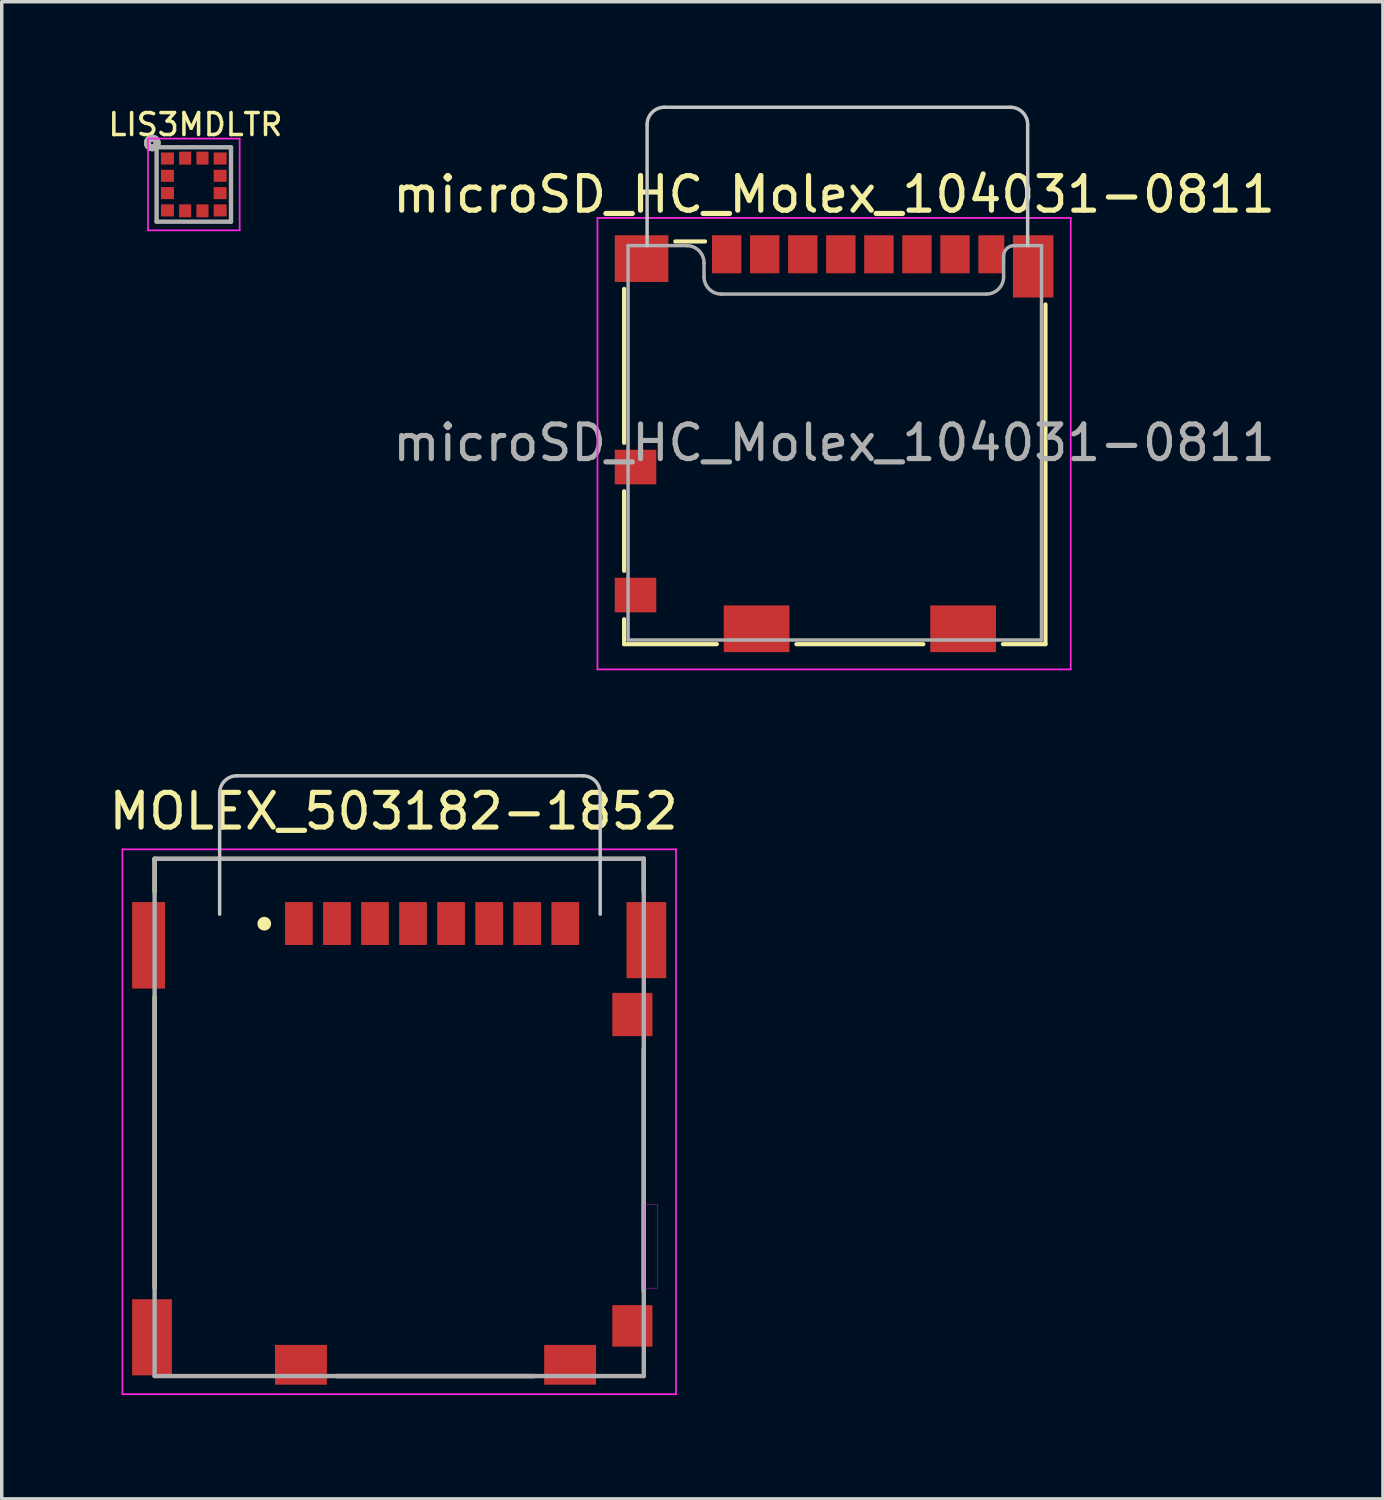
<source format=kicad_pcb>
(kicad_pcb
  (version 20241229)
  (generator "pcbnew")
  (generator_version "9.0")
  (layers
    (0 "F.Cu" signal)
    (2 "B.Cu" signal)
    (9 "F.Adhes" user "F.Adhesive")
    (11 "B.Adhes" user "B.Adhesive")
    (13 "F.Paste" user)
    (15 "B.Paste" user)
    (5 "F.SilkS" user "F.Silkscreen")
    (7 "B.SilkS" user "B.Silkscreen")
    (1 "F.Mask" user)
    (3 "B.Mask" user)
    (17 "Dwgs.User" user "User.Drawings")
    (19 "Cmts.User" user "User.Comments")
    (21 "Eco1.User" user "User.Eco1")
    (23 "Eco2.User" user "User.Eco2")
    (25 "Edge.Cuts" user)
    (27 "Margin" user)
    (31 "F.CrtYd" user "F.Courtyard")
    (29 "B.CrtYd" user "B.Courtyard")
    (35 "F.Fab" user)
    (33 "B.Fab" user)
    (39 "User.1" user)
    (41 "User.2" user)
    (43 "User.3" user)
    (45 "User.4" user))
  (footprint "LIS3MDLTR"
    (layer "F.Cu")
    (at 2.552 2.282)
    (property "Reference" "LIS3MDLTR" (at 0.047 -1.732 0) (layer "F.SilkS") (effects (font (size 0.635 0.635) (thickness 0.102))))
    (attr through_hole)
    (fp_poly (pts (xy -1 -0.975) (xy -0.525 -0.975) (xy -0.525 -0.525) (xy -1 -0.525)) (stroke (width 0.01) (type solid)) (fill yes) (layer "F.Mask"))
    (fp_poly (pts (xy -1 -0.475) (xy -0.525 -0.475) (xy -0.525 -0.025) (xy -1 -0.025)) (stroke (width 0.01) (type solid)) (fill yes) (layer "F.Mask"))
    (fp_poly (pts (xy -1 0.025) (xy -0.525 0.025) (xy -0.525 0.475) (xy -1 0.475)) (stroke (width 0.01) (type solid)) (fill yes) (layer "F.Mask"))
    (fp_poly (pts (xy -1 0.525) (xy -0.525 0.525) (xy -0.525 0.975) (xy -1 0.975)) (stroke (width 0.01) (type solid)) (fill yes) (layer "F.Mask"))
    (fp_poly (pts (xy -0.475 -1) (xy -0.025 -1) (xy -0.025 -0.525) (xy -0.475 -0.525)) (stroke (width 0.01) (type solid)) (fill yes) (layer "F.Mask"))
    (fp_poly (pts (xy -0.475 0.525) (xy -0.025 0.525) (xy -0.025 1) (xy -0.475 1)) (stroke (width 0.01) (type solid)) (fill yes) (layer "F.Mask"))
    (fp_poly (pts (xy 0.025 -1) (xy 0.475 -1) (xy 0.475 -0.525) (xy 0.025 -0.525)) (stroke (width 0.01) (type solid)) (fill yes) (layer "F.Mask"))
    (fp_poly (pts (xy 0.025 0.525) (xy 0.475 0.525) (xy 0.475 1) (xy 0.025 1)) (stroke (width 0.01) (type solid)) (fill yes) (layer "F.Mask"))
    (fp_poly (pts (xy 0.525 -0.975) (xy 1 -0.975) (xy 1 -0.525) (xy 0.525 -0.525)) (stroke (width 0.01) (type solid)) (fill yes) (layer "F.Mask"))
    (fp_poly (pts (xy 0.525 -0.475) (xy 1 -0.475) (xy 1 -0.025) (xy 0.525 -0.025)) (stroke (width 0.01) (type solid)) (fill yes) (layer "F.Mask"))
    (fp_poly (pts (xy 0.525 0.025) (xy 1 0.025) (xy 1 0.475) (xy 0.525 0.475)) (stroke (width 0.01) (type solid)) (fill yes) (layer "F.Mask"))
    (fp_poly (pts (xy 0.525 0.525) (xy 1 0.525) (xy 1 0.975) (xy 0.525 0.975)) (stroke (width 0.01) (type solid)) (fill yes) (layer "F.Mask"))
    (fp_circle (center -1.2 -1.2) (end -1.24 -1.2) (stroke (width 0.2) (type solid)) (fill no) (layer "F.SilkS"))
    (fp_line (start -1.325 -1.325) (end -1.325 1.325) (stroke (width 0.05) (type solid)) (layer "F.CrtYd"))
    (fp_line (start -1.325 1.325) (end 1.325 1.325) (stroke (width 0.05) (type solid)) (layer "F.CrtYd"))
    (fp_line (start 1.325 -1.325) (end -1.325 -1.325) (stroke (width 0.05) (type solid)) (layer "F.CrtYd"))
    (fp_line (start 1.325 1.325) (end 1.325 -1.325) (stroke (width 0.05) (type solid)) (layer "F.CrtYd"))
    (fp_line (start -1.075 -1.075) (end -1.075 1.075) (stroke (width 0.127) (type solid)) (layer "F.Fab"))
    (fp_line (start -1.075 1.075) (end 1.075 1.075) (stroke (width 0.127) (type solid)) (layer "F.Fab"))
    (fp_line (start 1.075 -1.075) (end -1.075 -1.075) (stroke (width 0.127) (type solid)) (layer "F.Fab"))
    (fp_line (start 1.075 1.075) (end 1.075 -1.075) (stroke (width 0.127) (type solid)) (layer "F.Fab"))
    (fp_circle (center -1.2 -1.2) (end -1.24 -1.2) (stroke (width 0.2) (type solid)) (fill no) (layer "F.Fab"))
    (pad "1" smd rect (at -0.762 -0.75) (size 0.375 0.35) (layers "F.Cu" "F.Paste"))
    (pad "2" smd rect (at -0.762 -0.25) (size 0.375 0.35) (layers "F.Cu" "F.Paste"))
    (pad "3" smd rect (at -0.762 0.25) (size 0.375 0.35) (layers "F.Cu" "F.Paste"))
    (pad "4" smd rect (at -0.762 0.75) (size 0.375 0.35) (layers "F.Cu" "F.Paste"))
    (pad "5" smd rect (at -0.25 0.762 90) (size 0.375 0.35) (layers "F.Cu" "F.Paste"))
    (pad "6" smd rect (at 0.25 0.762 90) (size 0.375 0.35) (layers "F.Cu" "F.Paste"))
    (pad "7" smd rect (at 0.762 0.75 180) (size 0.375 0.35) (layers "F.Cu" "F.Paste"))
    (pad "8" smd rect (at 0.762 0.25 180) (size 0.375 0.35) (layers "F.Cu" "F.Paste"))
    (pad "9" smd rect (at 0.762 -0.25 180) (size 0.375 0.35) (layers "F.Cu" "F.Paste"))
    (pad "10" smd rect (at 0.762 -0.75 180) (size 0.375 0.35) (layers "F.Cu" "F.Paste"))
    (pad "11" smd rect (at 0.25 -0.762 270) (size 0.375 0.35) (layers "F.Cu" "F.Paste"))
    (pad "12" smd rect (at -0.25 -0.762 270) (size 0.375 0.35) (layers "F.Cu" "F.Paste")))
  (footprint "microSD_HC_Molex_104031-0811"
    (layer "F.Cu")
    (at 21.06 9.75)
    (property "Reference" "microSD_HC_Molex_104031-0811" (at 0 -7.18 0) (layer "F.SilkS") (effects (font (size 1 1) (thickness 0.15))))
    (attr smd)
    (fp_line (start -6.07 -4.45) (end -6.07 0) (stroke (width 0.12) (type solid)) (layer "F.SilkS"))
    (fp_line (start -6.07 1.4) (end -6.07 3.7) (stroke (width 0.12) (type solid)) (layer "F.SilkS"))
    (fp_line (start -6.07 5.1) (end -6.07 5.82) (stroke (width 0.12) (type solid)) (layer "F.SilkS"))
    (fp_line (start -6.07 5.82) (end -3.39 5.82) (stroke (width 0.12) (type solid)) (layer "F.SilkS"))
    (fp_line (start -4.59 -5.82) (end -3.73 -5.82) (stroke (width 0.12) (type solid)) (layer "F.SilkS"))
    (fp_line (start -1.09 5.82) (end 2.58 5.82) (stroke (width 0.12) (type solid)) (layer "F.SilkS"))
    (fp_line (start 4.88 5.82) (end 6.11 5.82) (stroke (width 0.12) (type solid)) (layer "F.SilkS"))
    (fp_line (start 6.11 5.82) (end 6.11 -4) (stroke (width 0.12) (type solid)) (layer "F.SilkS"))
    (fp_line (start -5.405 -9.2) (end -5.405 -5.7) (stroke (width 0.1) (type solid)) (layer "Dwgs.User"))
    (fp_line (start -4.905 -9.7) (end 5.095 -9.7) (stroke (width 0.1) (type solid)) (layer "Dwgs.User"))
    (fp_line (start 5.595 -5.7) (end 5.595 -9.2) (stroke (width 0.1) (type solid)) (layer "Dwgs.User"))
    (fp_arc (start -5.405 -9.2) (mid -5.258553 -9.553553) (end -4.905 -9.7) (stroke (width 0.1) (type solid)) (layer "Dwgs.User"))
    (fp_arc (start 5.095 -9.7) (mid 5.448553 -9.553553) (end 5.595 -9.2) (stroke (width 0.1) (type solid)) (layer "Dwgs.User"))
    (fp_line (start -6.84 -6.5) (end 6.84 -6.5) (stroke (width 0.05) (type solid)) (layer "F.CrtYd"))
    (fp_line (start -6.84 6.55) (end -6.84 -6.5) (stroke (width 0.05) (type solid)) (layer "F.CrtYd"))
    (fp_line (start 6.84 -6.5) (end 6.84 6.55) (stroke (width 0.05) (type solid)) (layer "F.CrtYd"))
    (fp_line (start 6.84 6.55) (end -6.84 6.55) (stroke (width 0.05) (type solid)) (layer "F.CrtYd"))
    (fp_line (start -5.955 -5.7) (end -5.955 5.7) (stroke (width 0.1) (type solid)) (layer "F.Fab"))
    (fp_line (start -5.955 -5.7) (end -4.26 -5.7) (stroke (width 0.1) (type solid)) (layer "F.Fab"))
    (fp_line (start -3.76 -4.8) (end -3.76 -5.2) (stroke (width 0.1) (type solid)) (layer "F.Fab"))
    (fp_line (start 4.4 -4.3) (end -3.26 -4.3) (stroke (width 0.1) (type solid)) (layer "F.Fab"))
    (fp_line (start 4.9 -5.4) (end 4.9 -4.8) (stroke (width 0.1) (type solid)) (layer "F.Fab"))
    (fp_line (start 5.995 -5.7) (end 5.21 -5.7) (stroke (width 0.1) (type solid)) (layer "F.Fab"))
    (fp_line (start 5.995 5.7) (end -5.955 5.7) (stroke (width 0.1) (type solid)) (layer "F.Fab"))
    (fp_line (start 5.995 5.7) (end 5.995 -5.7) (stroke (width 0.1) (type solid)) (layer "F.Fab"))
    (fp_arc (start -4.26 -5.7) (mid -3.906447 -5.553553) (end -3.76 -5.2) (stroke (width 0.1) (type solid)) (layer "F.Fab"))
    (fp_arc (start -3.26 -4.3) (mid -3.613553 -4.446447) (end -3.76 -4.8) (stroke (width 0.1) (type solid)) (layer "F.Fab"))
    (fp_arc (start 4.9 -5.4) (mid 4.987868 -5.612132) (end 5.2 -5.7) (stroke (width 0.1) (type solid)) (layer "F.Fab"))
    (fp_arc (start 4.9 -4.8) (mid 4.753553 -4.446447) (end 4.4 -4.3) (stroke (width 0.1) (type solid)) (layer "F.Fab"))
    (fp_text user "${REFERENCE}" (at 0 0 0) (layer "F.Fab") (effects (font (size 1 1) (thickness 0.15))))
    (pad "1" smd rect (at -3.105 -5.45) (size 0.85 1.1) (layers "F.Cu" "F.Mask" "F.Paste"))
    (pad "2" smd rect (at -2.005 -5.45) (size 0.85 1.1) (layers "F.Cu" "F.Mask" "F.Paste"))
    (pad "3" smd rect (at -0.905 -5.45) (size 0.85 1.1) (layers "F.Cu" "F.Mask" "F.Paste"))
    (pad "4" smd rect (at 0.195 -5.45) (size 0.85 1.1) (layers "F.Cu" "F.Mask" "F.Paste"))
    (pad "5" smd rect (at 1.295 -5.45) (size 0.85 1.1) (layers "F.Cu" "F.Mask" "F.Paste"))
    (pad "6" smd rect (at 2.395 -5.45) (size 0.85 1.1) (layers "F.Cu" "F.Mask" "F.Paste"))
    (pad "7" smd rect (at 3.495 -5.45) (size 0.85 1.1) (layers "F.Cu" "F.Mask" "F.Paste"))
    (pad "8" smd rect (at 4.545 -5.45) (size 0.75 1.1) (layers "F.Cu" "F.Mask" "F.Paste"))
    (pad "9" smd rect (at -5.74 0.7) (size 1.2 1) (layers "F.Cu" "F.Mask" "F.Paste"))
    (pad "10" smd rect (at -5.74 4.4) (size 1.2 1) (layers "F.Cu" "F.Mask" "F.Paste"))
    (pad "11" smd rect (at -5.565 -5.325) (size 1.55 1.35) (layers "F.Cu" "F.Mask" "F.Paste"))
    (pad "11" smd rect (at -2.24 5.375) (size 1.9 1.35) (layers "F.Cu" "F.Mask" "F.Paste"))
    (pad "11" smd rect (at 3.73 5.375) (size 1.9 1.35) (layers "F.Cu" "F.Mask" "F.Paste"))
    (pad "11" smd rect (at 5.755 -5.1) (size 1.17 1.8) (layers "F.Cu" "F.Mask" "F.Paste")))
  (footprint "MOLEX_503182-1852"
    (layer "F.Cu")
    (at 8.559 29.875)
    (property "Reference" "MOLEX_503182-1852" (at -0.23 -9.475 180) (layer "F.SilkS") (effects (font (size 1.002 1.002) (thickness 0.15))))
    (attr smd)
    (fp_line (start -7.14 -8.1) (end 7 -8.1) (stroke (width 0.127) (type solid)) (layer "F.SilkS"))
    (fp_line (start -7.14 -7.155) (end -7.14 -8.1) (stroke (width 0.127) (type solid)) (layer "F.SilkS"))
    (fp_line (start -7.14 4.3) (end -7.14 -4.1) (stroke (width 0.127) (type solid)) (layer "F.SilkS"))
    (fp_line (start -1.87 6.85) (end 3.83 6.85) (stroke (width 0.127) (type solid)) (layer "F.SilkS"))
    (fp_line (start 7 -8.1) (end 7 -7.155) (stroke (width 0.127) (type solid)) (layer "F.SilkS"))
    (fp_line (start 7 -2.6) (end 7 4.4) (stroke (width 0.127) (type solid)) (layer "F.SilkS"))
    (fp_circle (center -3.97 -6.225) (end -3.87 -6.225) (stroke (width 0.2) (type solid)) (fill no) (layer "F.SilkS"))
    (fp_line (start -5.26 -10) (end -5.26 -6.5) (stroke (width 0.1) (type solid)) (layer "Dwgs.User"))
    (fp_line (start -4.76 -10.5) (end 5.24 -10.5) (stroke (width 0.1) (type solid)) (layer "Dwgs.User"))
    (fp_line (start 5.74 -6.5) (end 5.74 -10) (stroke (width 0.1) (type solid)) (layer "Dwgs.User"))
    (fp_arc (start -5.26 -10) (mid -5.113553 -10.353553) (end -4.76 -10.5) (stroke (width 0.1) (type solid)) (layer "Dwgs.User"))
    (fp_arc (start 5.24 -10.5) (mid 5.593553 -10.353553) (end 5.74 -10) (stroke (width 0.1) (type solid)) (layer "Dwgs.User"))
    (fp_line (start -8.07 -8.375) (end -8.07 7.375) (stroke (width 0.05) (type solid)) (layer "F.CrtYd"))
    (fp_line (start -8.07 7.375) (end 7.93 7.375) (stroke (width 0.05) (type solid)) (layer "F.CrtYd"))
    (fp_line (start 7.93 -8.375) (end -8.07 -8.375) (stroke (width 0.05) (type solid)) (layer "F.CrtYd"))
    (fp_line (start 7.93 7.375) (end 7.93 -8.375) (stroke (width 0.05) (type solid)) (layer "F.CrtYd"))
    (fp_poly (pts (xy 7.015 1.9) (xy 7.4 1.9) (xy 7.4 4.309) (xy 7.015 4.309)) (stroke (width 0.01) (type solid)) (fill no) (layer "F.CrtYd"))
    (fp_line (start -7.14 -8.1) (end 7 -8.1) (stroke (width 0.127) (type solid)) (layer "F.Fab"))
    (fp_line (start -7.14 6.85) (end -7.14 -8.1) (stroke (width 0.127) (type solid)) (layer "F.Fab"))
    (fp_line (start 7 -8.1) (end 7 6.85) (stroke (width 0.127) (type solid)) (layer "F.Fab"))
    (fp_line (start 7 6.85) (end -7.14 6.85) (stroke (width 0.127) (type solid)) (layer "F.Fab"))
    (pad "1" smd rect (at -2.97 -6.23) (size 0.8 1.24) (layers "F.Cu" "F.Mask" "F.Paste"))
    (pad "2" smd rect (at -1.87 -6.23) (size 0.8 1.24) (layers "F.Cu" "F.Mask" "F.Paste"))
    (pad "3" smd rect (at -0.77 -6.23) (size 0.8 1.24) (layers "F.Cu" "F.Mask" "F.Paste"))
    (pad "4" smd rect (at 0.33 -6.23) (size 0.8 1.24) (layers "F.Cu" "F.Mask" "F.Paste"))
    (pad "5" smd rect (at 1.43 -6.23) (size 0.8 1.24) (layers "F.Cu" "F.Mask" "F.Paste"))
    (pad "6" smd rect (at 2.53 -6.23) (size 0.8 1.24) (layers "F.Cu" "F.Mask" "F.Paste"))
    (pad "7" smd rect (at 3.63 -6.23) (size 0.8 1.24) (layers "F.Cu" "F.Mask" "F.Paste"))
    (pad "8" smd rect (at 4.73 -6.23) (size 0.8 1.24) (layers "F.Cu" "F.Mask" "F.Paste"))
    (pad "9" smd rect (at 6.67 -3.6) (size 1.16 1.25) (layers "F.Cu" "F.Mask" "F.Paste"))
    (pad "10" smd rect (at 6.67 5.4) (size 1.16 1.2) (layers "F.Cu" "F.Mask" "F.Paste"))
    (pad "11" smd rect (at -7.315 -5.6) (size 0.95 2.5) (layers "F.Cu" "F.Mask" "F.Paste"))
    (pad "11" smd rect (at -7.215 5.73) (size 1.15 2.2) (layers "F.Cu" "F.Mask" "F.Paste"))
    (pad "11" smd rect (at -2.91 6.525) (size 1.5 1.15) (layers "F.Cu" "F.Mask" "F.Paste"))
    (pad "11" smd rect (at 4.87 6.525) (size 1.5 1.15) (layers "F.Cu" "F.Mask" "F.Paste"))
    (pad "11" smd rect (at 7.075 -5.75) (size 1.15 2.2) (layers "F.Cu" "F.Mask" "F.Paste"))
    (zone (net_name "") (layer "F.Cu") (hatch full 0.508) (connect_pads) (min_thickness 0.01) (filled_areas_thickness no) (keepout (tracks not_allowed) (vias not_allowed) (pads not_allowed) (copperpour not_allowed) (footprints allowed)) (placement (enabled no)) (fill) (polygon (pts (xy 4.829 29.275) (xy 14.039 29.275) (xy 14.039 32.682) (xy 4.829 32.682))))
    (zone (net_name "") (layer "F.Cu") (hatch full 0.508) (connect_pads) (min_thickness 0.01) (filled_areas_thickness no) (keepout (tracks not_allowed) (vias not_allowed) (pads not_allowed) (copperpour not_allowed) (footprints allowed)) (placement (enabled no)) (fill) (polygon (pts (xy 4.831 24.515) (xy 14.039 24.515) (xy 14.039 29.273) (xy 4.831 29.273))))
    (zone (net_name "") (layers "F.Cu" "B.Cu") (hatch full 0.508) (connect_pads) (min_thickness 0.01) (filled_areas_thickness no) (keepout (tracks allowed) (vias not_allowed) (pads allowed) (copperpour allowed) (footprints allowed)) (placement (enabled no)) (fill) (polygon (pts (xy 4.833 24.515) (xy 14.039 24.515) (xy 14.039 29.274) (xy 4.833 29.274))))
    (zone (net_name "") (layer "B.Cu") (hatch full 0.508) (connect_pads) (min_thickness 0.01) (filled_areas_thickness no) (keepout (tracks not_allowed) (vias not_allowed) (pads not_allowed) (copperpour not_allowed) (footprints allowed)) (placement (enabled no)) (fill) (polygon (pts (xy 4.834 24.515) (xy 14.039 24.515) (xy 14.039 29.274) (xy 4.834 29.274)))))
  (gr_rect
    (start -3 -3)
    (end 36.924 40.275)
    (stroke (width 0.1) (type default))
    (fill no)
    (layer "Edge.Cuts")))
</source>
